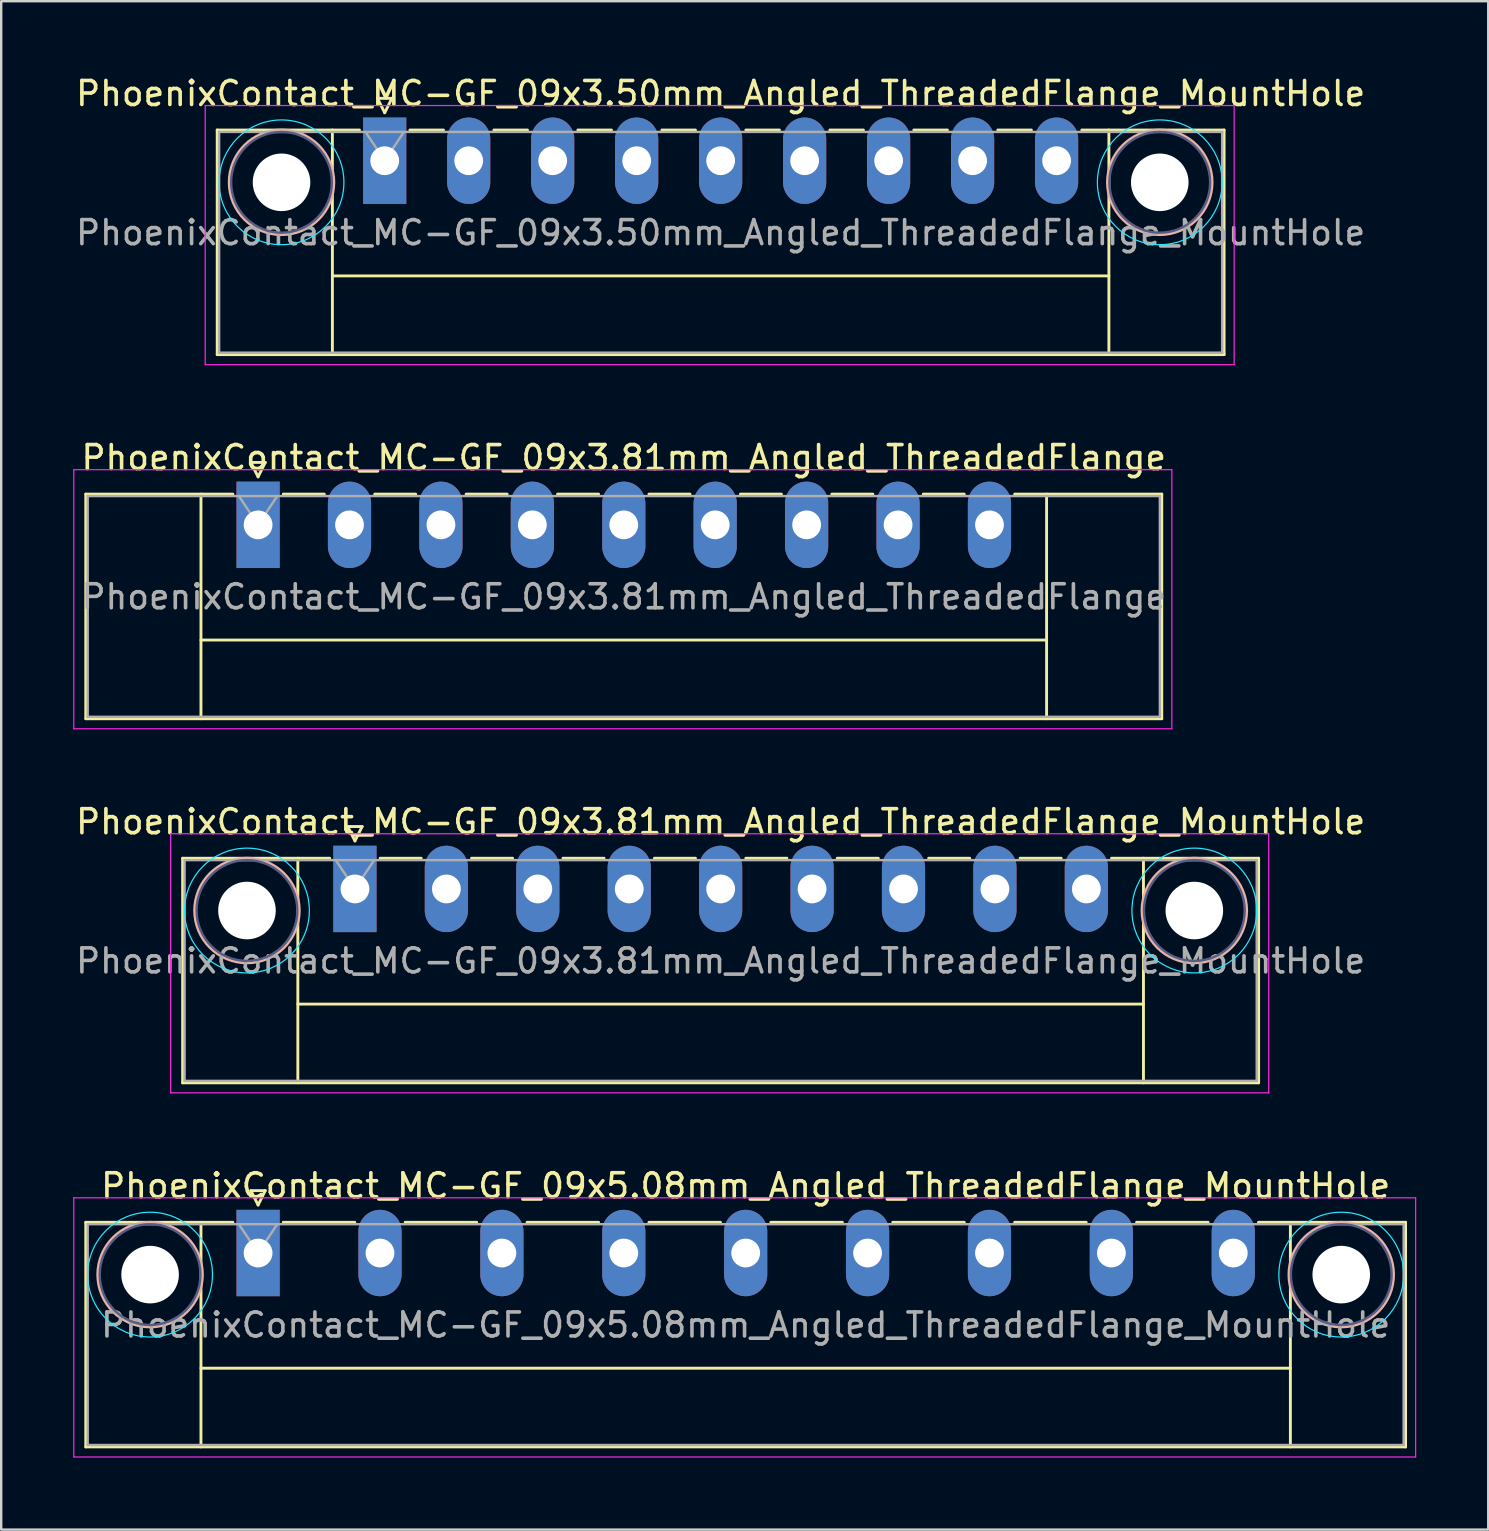
<source format=kicad_pcb>
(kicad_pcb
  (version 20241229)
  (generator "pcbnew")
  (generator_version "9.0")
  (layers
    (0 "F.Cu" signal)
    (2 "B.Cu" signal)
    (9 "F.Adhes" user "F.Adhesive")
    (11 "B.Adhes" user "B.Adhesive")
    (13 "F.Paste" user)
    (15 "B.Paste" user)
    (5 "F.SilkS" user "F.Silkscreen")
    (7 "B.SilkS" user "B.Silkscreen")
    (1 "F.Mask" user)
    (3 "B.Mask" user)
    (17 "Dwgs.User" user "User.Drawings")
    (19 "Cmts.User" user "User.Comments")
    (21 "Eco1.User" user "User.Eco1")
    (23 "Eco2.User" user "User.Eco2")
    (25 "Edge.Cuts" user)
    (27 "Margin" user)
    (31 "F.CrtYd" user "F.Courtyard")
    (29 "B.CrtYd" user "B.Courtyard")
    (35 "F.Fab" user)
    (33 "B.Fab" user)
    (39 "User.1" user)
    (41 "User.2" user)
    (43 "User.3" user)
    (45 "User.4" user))
  (footprint "PhoenixContact_MC-GF_09x3.50mm_Angled_ThreadedFlange_MountHole"
    (layer "F.Cu")
    (at 12.982 3.648)
    (property "Reference" "PhoenixContact_MC-GF_09x3.50mm_Angled_ThreadedFlange_MountHole" (at 14 -2.8 0) (layer "F.SilkS") (effects (font (size 1 1) (thickness 0.15))))
    (attr through_hole)
    (fp_line (start -6.98 -1.28) (end -6.98 8.08) (stroke (width 0.12) (type solid)) (layer "F.SilkS"))
    (fp_line (start -6.98 -1.28) (end -1.05 -1.28) (stroke (width 0.12) (type solid)) (layer "F.SilkS"))
    (fp_line (start -6.98 8.08) (end 34.98 8.08) (stroke (width 0.12) (type solid)) (layer "F.SilkS"))
    (fp_line (start -2.18 -1.28) (end -2.18 8.08) (stroke (width 0.12) (type solid)) (layer "F.SilkS"))
    (fp_line (start -2.18 4.8) (end 30.18 4.8) (stroke (width 0.12) (type solid)) (layer "F.SilkS"))
    (fp_line (start -0.3 -2.6) (end 0.3 -2.6) (stroke (width 0.12) (type solid)) (layer "F.SilkS"))
    (fp_line (start 0 -2) (end -0.3 -2.6) (stroke (width 0.12) (type solid)) (layer "F.SilkS"))
    (fp_line (start 0.3 -2.6) (end 0 -2) (stroke (width 0.12) (type solid)) (layer "F.SilkS"))
    (fp_line (start 1.05 -1.28) (end 2.45 -1.28) (stroke (width 0.12) (type solid)) (layer "F.SilkS"))
    (fp_line (start 4.55 -1.28) (end 5.95 -1.28) (stroke (width 0.12) (type solid)) (layer "F.SilkS"))
    (fp_line (start 8.05 -1.28) (end 9.45 -1.28) (stroke (width 0.12) (type solid)) (layer "F.SilkS"))
    (fp_line (start 11.55 -1.28) (end 12.95 -1.28) (stroke (width 0.12) (type solid)) (layer "F.SilkS"))
    (fp_line (start 15.05 -1.28) (end 16.45 -1.28) (stroke (width 0.12) (type solid)) (layer "F.SilkS"))
    (fp_line (start 18.55 -1.28) (end 19.95 -1.28) (stroke (width 0.12) (type solid)) (layer "F.SilkS"))
    (fp_line (start 22.05 -1.28) (end 23.45 -1.28) (stroke (width 0.12) (type solid)) (layer "F.SilkS"))
    (fp_line (start 25.55 -1.28) (end 26.95 -1.28) (stroke (width 0.12) (type solid)) (layer "F.SilkS"))
    (fp_line (start 30.18 -1.28) (end 30.18 8.08) (stroke (width 0.12) (type solid)) (layer "F.SilkS"))
    (fp_line (start 34.98 -1.28) (end 29.05 -1.28) (stroke (width 0.12) (type solid)) (layer "F.SilkS"))
    (fp_line (start 34.98 8.08) (end 34.98 -1.28) (stroke (width 0.12) (type solid)) (layer "F.SilkS"))
    (fp_circle (center -4.3 0.9) (end -2.12 0.9) (stroke (width 0.12) (type solid)) (fill no) (layer "B.SilkS"))
    (fp_circle (center 32.3 0.9) (end 34.48 0.9) (stroke (width 0.12) (type solid)) (fill no) (layer "B.SilkS"))
    (fp_circle (center -4.3 0.9) (end -1.7 0.9) (stroke (width 0.05) (type solid)) (fill no) (layer "B.CrtYd"))
    (fp_circle (center 32.3 0.9) (end 34.9 0.9) (stroke (width 0.05) (type solid)) (fill no) (layer "B.CrtYd"))
    (fp_line (start -7.48 -2.3) (end -7.48 8.5) (stroke (width 0.05) (type solid)) (layer "F.CrtYd"))
    (fp_line (start -7.48 8.5) (end 35.4 8.5) (stroke (width 0.05) (type solid)) (layer "F.CrtYd"))
    (fp_line (start 35.4 -2.3) (end -7.48 -2.3) (stroke (width 0.05) (type solid)) (layer "F.CrtYd"))
    (fp_line (start 35.4 8.5) (end 35.4 -2.3) (stroke (width 0.05) (type solid)) (layer "F.CrtYd"))
    (fp_circle (center -4.3 0.9) (end -2.2 0.9) (stroke (width 0.1) (type solid)) (fill no) (layer "B.Fab"))
    (fp_circle (center 32.3 0.9) (end 34.4 0.9) (stroke (width 0.1) (type solid)) (fill no) (layer "B.Fab"))
    (fp_line (start -6.9 -1.2) (end -6.9 8) (stroke (width 0.1) (type solid)) (layer "F.Fab"))
    (fp_line (start -6.9 8) (end 34.9 8) (stroke (width 0.1) (type solid)) (layer "F.Fab"))
    (fp_line (start 0 0) (end -0.8 -1.2) (stroke (width 0.1) (type solid)) (layer "F.Fab"))
    (fp_line (start 0.8 -1.2) (end 0 0) (stroke (width 0.1) (type solid)) (layer "F.Fab"))
    (fp_line (start 34.9 -1.2) (end -6.9 -1.2) (stroke (width 0.1) (type solid)) (layer "F.Fab"))
    (fp_line (start 34.9 8) (end 34.9 -1.2) (stroke (width 0.1) (type solid)) (layer "F.Fab"))
    (fp_text user "${REFERENCE}" (at 14 3 0) (layer "F.Fab") (effects (font (size 1 1) (thickness 0.15))))
    (pad "" np_thru_hole circle (at -4.3 0.9) (size 2.4 2.4) (drill 2.4) (layers "*.Cu" "*.Mask"))
    (pad "" np_thru_hole circle (at 32.3 0.9) (size 2.4 2.4) (drill 2.4) (layers "*.Cu" "*.Mask"))
    (pad "1" thru_hole rect (at 0 0) (size 1.8 3.6) (drill 1.2) (layers "*.Cu" "*.Mask"))
    (pad "2" thru_hole oval (at 3.5 0) (size 1.8 3.6) (drill 1.2) (layers "*.Cu" "*.Mask"))
    (pad "3" thru_hole oval (at 7 0) (size 1.8 3.6) (drill 1.2) (layers "*.Cu" "*.Mask"))
    (pad "4" thru_hole oval (at 10.5 0) (size 1.8 3.6) (drill 1.2) (layers "*.Cu" "*.Mask"))
    (pad "5" thru_hole oval (at 14 0) (size 1.8 3.6) (drill 1.2) (layers "*.Cu" "*.Mask"))
    (pad "6" thru_hole oval (at 17.5 0) (size 1.8 3.6) (drill 1.2) (layers "*.Cu" "*.Mask"))
    (pad "7" thru_hole oval (at 21 0) (size 1.8 3.6) (drill 1.2) (layers "*.Cu" "*.Mask"))
    (pad "8" thru_hole oval (at 24.5 0) (size 1.8 3.6) (drill 1.2) (layers "*.Cu" "*.Mask"))
    (pad "9" thru_hole oval (at 28 0) (size 1.8 3.6) (drill 1.2) (layers "*.Cu" "*.Mask")))
  (footprint "PhoenixContact_MC-GF_09x3.81mm_Angled_ThreadedFlange"
    (layer "F.Cu")
    (at 7.705 18.822)
    (property "Reference" "PhoenixContact_MC-GF_09x3.81mm_Angled_ThreadedFlange" (at 15.24 -2.8 0) (layer "F.SilkS") (effects (font (size 1 1) (thickness 0.15))))
    (attr through_hole)
    (fp_line (start -7.18 -1.28) (end -7.18 8.08) (stroke (width 0.12) (type solid)) (layer "F.SilkS"))
    (fp_line (start -7.18 -1.28) (end -1.05 -1.28) (stroke (width 0.12) (type solid)) (layer "F.SilkS"))
    (fp_line (start -7.18 8.08) (end 37.66 8.08) (stroke (width 0.12) (type solid)) (layer "F.SilkS"))
    (fp_line (start -2.38 -1.28) (end -2.38 8.08) (stroke (width 0.12) (type solid)) (layer "F.SilkS"))
    (fp_line (start -2.38 4.8) (end 32.86 4.8) (stroke (width 0.12) (type solid)) (layer "F.SilkS"))
    (fp_line (start -0.3 -2.6) (end 0.3 -2.6) (stroke (width 0.12) (type solid)) (layer "F.SilkS"))
    (fp_line (start 0 -2) (end -0.3 -2.6) (stroke (width 0.12) (type solid)) (layer "F.SilkS"))
    (fp_line (start 0.3 -2.6) (end 0 -2) (stroke (width 0.12) (type solid)) (layer "F.SilkS"))
    (fp_line (start 1.05 -1.28) (end 2.76 -1.28) (stroke (width 0.12) (type solid)) (layer "F.SilkS"))
    (fp_line (start 4.86 -1.28) (end 6.57 -1.28) (stroke (width 0.12) (type solid)) (layer "F.SilkS"))
    (fp_line (start 8.67 -1.28) (end 10.38 -1.28) (stroke (width 0.12) (type solid)) (layer "F.SilkS"))
    (fp_line (start 12.48 -1.28) (end 14.19 -1.28) (stroke (width 0.12) (type solid)) (layer "F.SilkS"))
    (fp_line (start 16.29 -1.28) (end 18 -1.28) (stroke (width 0.12) (type solid)) (layer "F.SilkS"))
    (fp_line (start 20.1 -1.28) (end 21.81 -1.28) (stroke (width 0.12) (type solid)) (layer "F.SilkS"))
    (fp_line (start 23.91 -1.28) (end 25.62 -1.28) (stroke (width 0.12) (type solid)) (layer "F.SilkS"))
    (fp_line (start 27.72 -1.28) (end 29.43 -1.28) (stroke (width 0.12) (type solid)) (layer "F.SilkS"))
    (fp_line (start 32.86 -1.28) (end 32.86 8.08) (stroke (width 0.12) (type solid)) (layer "F.SilkS"))
    (fp_line (start 37.66 -1.28) (end 31.53 -1.28) (stroke (width 0.12) (type solid)) (layer "F.SilkS"))
    (fp_line (start 37.66 8.08) (end 37.66 -1.28) (stroke (width 0.12) (type solid)) (layer "F.SilkS"))
    (fp_line (start -7.68 -2.3) (end -7.68 8.5) (stroke (width 0.05) (type solid)) (layer "F.CrtYd"))
    (fp_line (start -7.68 8.5) (end 38.08 8.5) (stroke (width 0.05) (type solid)) (layer "F.CrtYd"))
    (fp_line (start 38.08 -2.3) (end -7.68 -2.3) (stroke (width 0.05) (type solid)) (layer "F.CrtYd"))
    (fp_line (start 38.08 8.5) (end 38.08 -2.3) (stroke (width 0.05) (type solid)) (layer "F.CrtYd"))
    (fp_line (start -7.1 -1.2) (end -7.1 8) (stroke (width 0.1) (type solid)) (layer "F.Fab"))
    (fp_line (start -7.1 8) (end 37.58 8) (stroke (width 0.1) (type solid)) (layer "F.Fab"))
    (fp_line (start 0 0) (end -0.8 -1.2) (stroke (width 0.1) (type solid)) (layer "F.Fab"))
    (fp_line (start 0.8 -1.2) (end 0 0) (stroke (width 0.1) (type solid)) (layer "F.Fab"))
    (fp_line (start 37.58 -1.2) (end -7.1 -1.2) (stroke (width 0.1) (type solid)) (layer "F.Fab"))
    (fp_line (start 37.58 8) (end 37.58 -1.2) (stroke (width 0.1) (type solid)) (layer "F.Fab"))
    (fp_text user "${REFERENCE}" (at 15.24 3 0) (layer "F.Fab") (effects (font (size 1 1) (thickness 0.15))))
    (pad "1" thru_hole rect (at 0 0) (size 1.8 3.6) (drill 1.2) (layers "*.Cu" "*.Mask"))
    (pad "2" thru_hole oval (at 3.81 0) (size 1.8 3.6) (drill 1.2) (layers "*.Cu" "*.Mask"))
    (pad "3" thru_hole oval (at 7.62 0) (size 1.8 3.6) (drill 1.2) (layers "*.Cu" "*.Mask"))
    (pad "4" thru_hole oval (at 11.43 0) (size 1.8 3.6) (drill 1.2) (layers "*.Cu" "*.Mask"))
    (pad "5" thru_hole oval (at 15.24 0) (size 1.8 3.6) (drill 1.2) (layers "*.Cu" "*.Mask"))
    (pad "6" thru_hole oval (at 19.05 0) (size 1.8 3.6) (drill 1.2) (layers "*.Cu" "*.Mask"))
    (pad "7" thru_hole oval (at 22.86 0) (size 1.8 3.6) (drill 1.2) (layers "*.Cu" "*.Mask"))
    (pad "8" thru_hole oval (at 26.67 0) (size 1.8 3.6) (drill 1.2) (layers "*.Cu" "*.Mask"))
    (pad "9" thru_hole oval (at 30.48 0) (size 1.8 3.6) (drill 1.2) (layers "*.Cu" "*.Mask")))
  (footprint "PhoenixContact_MC-GF_09x5.08mm_Angled_ThreadedFlange_MountHole"
    (layer "F.Cu")
    (at 7.705 49.168)
    (property "Reference" "PhoenixContact_MC-GF_09x5.08mm_Angled_ThreadedFlange_MountHole" (at 20.32 -2.8 0) (layer "F.SilkS") (effects (font (size 1 1) (thickness 0.15))))
    (attr through_hole)
    (fp_line (start -7.18 -1.28) (end -7.18 8.08) (stroke (width 0.12) (type solid)) (layer "F.SilkS"))
    (fp_line (start -7.18 -1.28) (end -1.05 -1.28) (stroke (width 0.12) (type solid)) (layer "F.SilkS"))
    (fp_line (start -7.18 8.08) (end 47.82 8.08) (stroke (width 0.12) (type solid)) (layer "F.SilkS"))
    (fp_line (start -2.38 -1.28) (end -2.38 8.08) (stroke (width 0.12) (type solid)) (layer "F.SilkS"))
    (fp_line (start -2.38 4.8) (end 43.02 4.8) (stroke (width 0.12) (type solid)) (layer "F.SilkS"))
    (fp_line (start -0.3 -2.6) (end 0.3 -2.6) (stroke (width 0.12) (type solid)) (layer "F.SilkS"))
    (fp_line (start 0 -2) (end -0.3 -2.6) (stroke (width 0.12) (type solid)) (layer "F.SilkS"))
    (fp_line (start 0.3 -2.6) (end 0 -2) (stroke (width 0.12) (type solid)) (layer "F.SilkS"))
    (fp_line (start 1.05 -1.28) (end 4.03 -1.28) (stroke (width 0.12) (type solid)) (layer "F.SilkS"))
    (fp_line (start 6.13 -1.28) (end 9.11 -1.28) (stroke (width 0.12) (type solid)) (layer "F.SilkS"))
    (fp_line (start 11.21 -1.28) (end 14.19 -1.28) (stroke (width 0.12) (type solid)) (layer "F.SilkS"))
    (fp_line (start 16.29 -1.28) (end 19.27 -1.28) (stroke (width 0.12) (type solid)) (layer "F.SilkS"))
    (fp_line (start 21.37 -1.28) (end 24.35 -1.28) (stroke (width 0.12) (type solid)) (layer "F.SilkS"))
    (fp_line (start 26.45 -1.28) (end 29.43 -1.28) (stroke (width 0.12) (type solid)) (layer "F.SilkS"))
    (fp_line (start 31.53 -1.28) (end 34.51 -1.28) (stroke (width 0.12) (type solid)) (layer "F.SilkS"))
    (fp_line (start 36.61 -1.28) (end 39.59 -1.28) (stroke (width 0.12) (type solid)) (layer "F.SilkS"))
    (fp_line (start 43.02 -1.28) (end 43.02 8.08) (stroke (width 0.12) (type solid)) (layer "F.SilkS"))
    (fp_line (start 47.82 -1.28) (end 41.69 -1.28) (stroke (width 0.12) (type solid)) (layer "F.SilkS"))
    (fp_line (start 47.82 8.08) (end 47.82 -1.28) (stroke (width 0.12) (type solid)) (layer "F.SilkS"))
    (fp_circle (center -4.5 0.9) (end -2.32 0.9) (stroke (width 0.12) (type solid)) (fill no) (layer "B.SilkS"))
    (fp_circle (center 45.14 0.9) (end 47.32 0.9) (stroke (width 0.12) (type solid)) (fill no) (layer "B.SilkS"))
    (fp_circle (center -4.5 0.9) (end -1.9 0.9) (stroke (width 0.05) (type solid)) (fill no) (layer "B.CrtYd"))
    (fp_circle (center 45.14 0.9) (end 47.74 0.9) (stroke (width 0.05) (type solid)) (fill no) (layer "B.CrtYd"))
    (fp_line (start -7.68 -2.3) (end -7.68 8.5) (stroke (width 0.05) (type solid)) (layer "F.CrtYd"))
    (fp_line (start -7.68 8.5) (end 48.24 8.5) (stroke (width 0.05) (type solid)) (layer "F.CrtYd"))
    (fp_line (start 48.24 -2.3) (end -7.68 -2.3) (stroke (width 0.05) (type solid)) (layer "F.CrtYd"))
    (fp_line (start 48.24 8.5) (end 48.24 -2.3) (stroke (width 0.05) (type solid)) (layer "F.CrtYd"))
    (fp_circle (center -4.5 0.9) (end -2.4 0.9) (stroke (width 0.1) (type solid)) (fill no) (layer "B.Fab"))
    (fp_circle (center 45.14 0.9) (end 47.24 0.9) (stroke (width 0.1) (type solid)) (fill no) (layer "B.Fab"))
    (fp_line (start -7.1 -1.2) (end -7.1 8) (stroke (width 0.1) (type solid)) (layer "F.Fab"))
    (fp_line (start -7.1 8) (end 47.74 8) (stroke (width 0.1) (type solid)) (layer "F.Fab"))
    (fp_line (start 0 0) (end -0.8 -1.2) (stroke (width 0.1) (type solid)) (layer "F.Fab"))
    (fp_line (start 0.8 -1.2) (end 0 0) (stroke (width 0.1) (type solid)) (layer "F.Fab"))
    (fp_line (start 47.74 -1.2) (end -7.1 -1.2) (stroke (width 0.1) (type solid)) (layer "F.Fab"))
    (fp_line (start 47.74 8) (end 47.74 -1.2) (stroke (width 0.1) (type solid)) (layer "F.Fab"))
    (fp_text user "${REFERENCE}" (at 20.32 3 0) (layer "F.Fab") (effects (font (size 1 1) (thickness 0.15))))
    (pad "" np_thru_hole circle (at -4.5 0.9) (size 2.4 2.4) (drill 2.4) (layers "*.Cu" "*.Mask"))
    (pad "" np_thru_hole circle (at 45.14 0.9) (size 2.4 2.4) (drill 2.4) (layers "*.Cu" "*.Mask"))
    (pad "1" thru_hole rect (at 0 0) (size 1.8 3.6) (drill 1.2) (layers "*.Cu" "*.Mask"))
    (pad "2" thru_hole oval (at 5.08 0) (size 1.8 3.6) (drill 1.2) (layers "*.Cu" "*.Mask"))
    (pad "3" thru_hole oval (at 10.16 0) (size 1.8 3.6) (drill 1.2) (layers "*.Cu" "*.Mask"))
    (pad "4" thru_hole oval (at 15.24 0) (size 1.8 3.6) (drill 1.2) (layers "*.Cu" "*.Mask"))
    (pad "5" thru_hole oval (at 20.32 0) (size 1.8 3.6) (drill 1.2) (layers "*.Cu" "*.Mask"))
    (pad "6" thru_hole oval (at 25.4 0) (size 1.8 3.6) (drill 1.2) (layers "*.Cu" "*.Mask"))
    (pad "7" thru_hole oval (at 30.48 0) (size 1.8 3.6) (drill 1.2) (layers "*.Cu" "*.Mask"))
    (pad "8" thru_hole oval (at 35.56 0) (size 1.8 3.6) (drill 1.2) (layers "*.Cu" "*.Mask"))
    (pad "9" thru_hole oval (at 40.64 0) (size 1.8 3.6) (drill 1.2) (layers "*.Cu" "*.Mask")))
  (footprint "PhoenixContact_MC-GF_09x3.81mm_Angled_ThreadedFlange_MountHole"
    (layer "F.Cu")
    (at 11.742 33.995)
    (property "Reference" "PhoenixContact_MC-GF_09x3.81mm_Angled_ThreadedFlange_MountHole" (at 15.24 -2.8 0) (layer "F.SilkS") (effects (font (size 1 1) (thickness 0.15))))
    (attr through_hole)
    (fp_line (start -7.18 -1.28) (end -7.18 8.08) (stroke (width 0.12) (type solid)) (layer "F.SilkS"))
    (fp_line (start -7.18 -1.28) (end -1.05 -1.28) (stroke (width 0.12) (type solid)) (layer "F.SilkS"))
    (fp_line (start -7.18 8.08) (end 37.66 8.08) (stroke (width 0.12) (type solid)) (layer "F.SilkS"))
    (fp_line (start -2.38 -1.28) (end -2.38 8.08) (stroke (width 0.12) (type solid)) (layer "F.SilkS"))
    (fp_line (start -2.38 4.8) (end 32.86 4.8) (stroke (width 0.12) (type solid)) (layer "F.SilkS"))
    (fp_line (start -0.3 -2.6) (end 0.3 -2.6) (stroke (width 0.12) (type solid)) (layer "F.SilkS"))
    (fp_line (start 0 -2) (end -0.3 -2.6) (stroke (width 0.12) (type solid)) (layer "F.SilkS"))
    (fp_line (start 0.3 -2.6) (end 0 -2) (stroke (width 0.12) (type solid)) (layer "F.SilkS"))
    (fp_line (start 1.05 -1.28) (end 2.76 -1.28) (stroke (width 0.12) (type solid)) (layer "F.SilkS"))
    (fp_line (start 4.86 -1.28) (end 6.57 -1.28) (stroke (width 0.12) (type solid)) (layer "F.SilkS"))
    (fp_line (start 8.67 -1.28) (end 10.38 -1.28) (stroke (width 0.12) (type solid)) (layer "F.SilkS"))
    (fp_line (start 12.48 -1.28) (end 14.19 -1.28) (stroke (width 0.12) (type solid)) (layer "F.SilkS"))
    (fp_line (start 16.29 -1.28) (end 18 -1.28) (stroke (width 0.12) (type solid)) (layer "F.SilkS"))
    (fp_line (start 20.1 -1.28) (end 21.81 -1.28) (stroke (width 0.12) (type solid)) (layer "F.SilkS"))
    (fp_line (start 23.91 -1.28) (end 25.62 -1.28) (stroke (width 0.12) (type solid)) (layer "F.SilkS"))
    (fp_line (start 27.72 -1.28) (end 29.43 -1.28) (stroke (width 0.12) (type solid)) (layer "F.SilkS"))
    (fp_line (start 32.86 -1.28) (end 32.86 8.08) (stroke (width 0.12) (type solid)) (layer "F.SilkS"))
    (fp_line (start 37.66 -1.28) (end 31.53 -1.28) (stroke (width 0.12) (type solid)) (layer "F.SilkS"))
    (fp_line (start 37.66 8.08) (end 37.66 -1.28) (stroke (width 0.12) (type solid)) (layer "F.SilkS"))
    (fp_circle (center -4.5 0.9) (end -2.32 0.9) (stroke (width 0.12) (type solid)) (fill no) (layer "B.SilkS"))
    (fp_circle (center 34.98 0.9) (end 37.16 0.9) (stroke (width 0.12) (type solid)) (fill no) (layer "B.SilkS"))
    (fp_circle (center -4.5 0.9) (end -1.9 0.9) (stroke (width 0.05) (type solid)) (fill no) (layer "B.CrtYd"))
    (fp_circle (center 34.98 0.9) (end 37.58 0.9) (stroke (width 0.05) (type solid)) (fill no) (layer "B.CrtYd"))
    (fp_line (start -7.68 -2.3) (end -7.68 8.5) (stroke (width 0.05) (type solid)) (layer "F.CrtYd"))
    (fp_line (start -7.68 8.5) (end 38.08 8.5) (stroke (width 0.05) (type solid)) (layer "F.CrtYd"))
    (fp_line (start 38.08 -2.3) (end -7.68 -2.3) (stroke (width 0.05) (type solid)) (layer "F.CrtYd"))
    (fp_line (start 38.08 8.5) (end 38.08 -2.3) (stroke (width 0.05) (type solid)) (layer "F.CrtYd"))
    (fp_circle (center -4.5 0.9) (end -2.4 0.9) (stroke (width 0.1) (type solid)) (fill no) (layer "B.Fab"))
    (fp_circle (center 34.98 0.9) (end 37.08 0.9) (stroke (width 0.1) (type solid)) (fill no) (layer "B.Fab"))
    (fp_line (start -7.1 -1.2) (end -7.1 8) (stroke (width 0.1) (type solid)) (layer "F.Fab"))
    (fp_line (start -7.1 8) (end 37.58 8) (stroke (width 0.1) (type solid)) (layer "F.Fab"))
    (fp_line (start 0 0) (end -0.8 -1.2) (stroke (width 0.1) (type solid)) (layer "F.Fab"))
    (fp_line (start 0.8 -1.2) (end 0 0) (stroke (width 0.1) (type solid)) (layer "F.Fab"))
    (fp_line (start 37.58 -1.2) (end -7.1 -1.2) (stroke (width 0.1) (type solid)) (layer "F.Fab"))
    (fp_line (start 37.58 8) (end 37.58 -1.2) (stroke (width 0.1) (type solid)) (layer "F.Fab"))
    (fp_text user "${REFERENCE}" (at 15.24 3 0) (layer "F.Fab") (effects (font (size 1 1) (thickness 0.15))))
    (pad "" np_thru_hole circle (at -4.5 0.9) (size 2.4 2.4) (drill 2.4) (layers "*.Cu" "*.Mask"))
    (pad "" np_thru_hole circle (at 34.98 0.9) (size 2.4 2.4) (drill 2.4) (layers "*.Cu" "*.Mask"))
    (pad "1" thru_hole rect (at 0 0) (size 1.8 3.6) (drill 1.2) (layers "*.Cu" "*.Mask"))
    (pad "2" thru_hole oval (at 3.81 0) (size 1.8 3.6) (drill 1.2) (layers "*.Cu" "*.Mask"))
    (pad "3" thru_hole oval (at 7.62 0) (size 1.8 3.6) (drill 1.2) (layers "*.Cu" "*.Mask"))
    (pad "4" thru_hole oval (at 11.43 0) (size 1.8 3.6) (drill 1.2) (layers "*.Cu" "*.Mask"))
    (pad "5" thru_hole oval (at 15.24 0) (size 1.8 3.6) (drill 1.2) (layers "*.Cu" "*.Mask"))
    (pad "6" thru_hole oval (at 19.05 0) (size 1.8 3.6) (drill 1.2) (layers "*.Cu" "*.Mask"))
    (pad "7" thru_hole oval (at 22.86 0) (size 1.8 3.6) (drill 1.2) (layers "*.Cu" "*.Mask"))
    (pad "8" thru_hole oval (at 26.67 0) (size 1.8 3.6) (drill 1.2) (layers "*.Cu" "*.Mask"))
    (pad "9" thru_hole oval (at 30.48 0) (size 1.8 3.6) (drill 1.2) (layers "*.Cu" "*.Mask")))
  (gr_rect
    (start -3 -3)
    (end 58.97 60.693)
    (stroke (width 0.1) (type default))
    (fill no)
    (layer "Edge.Cuts")))
</source>
